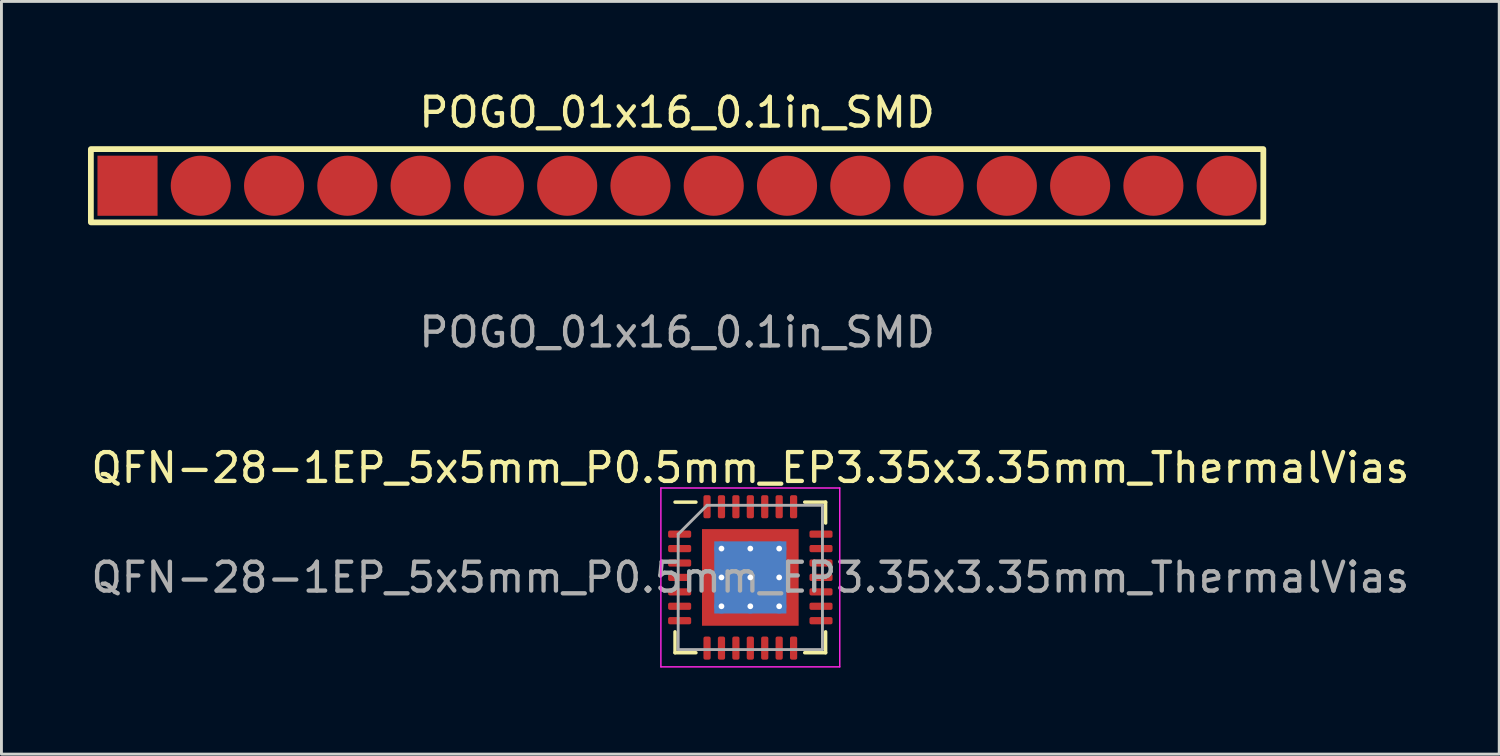
<source format=kicad_pcb>
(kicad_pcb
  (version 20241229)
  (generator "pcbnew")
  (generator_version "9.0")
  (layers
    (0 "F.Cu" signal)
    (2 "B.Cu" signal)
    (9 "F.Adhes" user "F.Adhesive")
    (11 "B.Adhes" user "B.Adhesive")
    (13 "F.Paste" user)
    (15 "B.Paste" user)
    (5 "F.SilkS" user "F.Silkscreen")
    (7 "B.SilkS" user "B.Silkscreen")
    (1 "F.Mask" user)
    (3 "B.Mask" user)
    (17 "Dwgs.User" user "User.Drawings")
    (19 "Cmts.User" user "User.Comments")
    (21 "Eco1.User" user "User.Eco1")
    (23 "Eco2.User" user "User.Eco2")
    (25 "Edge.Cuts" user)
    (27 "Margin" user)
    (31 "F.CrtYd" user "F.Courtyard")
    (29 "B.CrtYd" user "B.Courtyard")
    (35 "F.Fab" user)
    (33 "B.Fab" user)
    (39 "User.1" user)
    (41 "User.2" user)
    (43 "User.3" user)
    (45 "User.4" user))
  (footprint "QFN-28-1EP_5x5mm_P0.5mm_EP3.35x3.35mm_ThermalVias"
    (layer "F.Cu")
    (at 22.958 16.965)
    (property "Reference" "QFN-28-1EP_5x5mm_P0.5mm_EP3.35x3.35mm_ThermalVias" (at 0 -3.8 0) (layer "F.SilkS") (effects (font (size 1 1) (thickness 0.15))))
    (attr smd)
    (fp_line (start -2.61 2.61) (end -2.61 1.885) (stroke (width 0.12) (type solid)) (layer "F.SilkS"))
    (fp_line (start -1.885 -2.61) (end -2.61 -2.61) (stroke (width 0.12) (type solid)) (layer "F.SilkS"))
    (fp_line (start -1.885 2.61) (end -2.61 2.61) (stroke (width 0.12) (type solid)) (layer "F.SilkS"))
    (fp_line (start 1.885 -2.61) (end 2.61 -2.61) (stroke (width 0.12) (type solid)) (layer "F.SilkS"))
    (fp_line (start 1.885 2.61) (end 2.61 2.61) (stroke (width 0.12) (type solid)) (layer "F.SilkS"))
    (fp_line (start 2.61 -2.61) (end 2.61 -1.885) (stroke (width 0.12) (type solid)) (layer "F.SilkS"))
    (fp_line (start 2.61 2.61) (end 2.61 1.885) (stroke (width 0.12) (type solid)) (layer "F.SilkS"))
    (fp_line (start -3.1 -3.1) (end -3.1 3.1) (stroke (width 0.05) (type solid)) (layer "F.CrtYd"))
    (fp_line (start -3.1 3.1) (end 3.1 3.1) (stroke (width 0.05) (type solid)) (layer "F.CrtYd"))
    (fp_line (start 3.1 -3.1) (end -3.1 -3.1) (stroke (width 0.05) (type solid)) (layer "F.CrtYd"))
    (fp_line (start 3.1 3.1) (end 3.1 -3.1) (stroke (width 0.05) (type solid)) (layer "F.CrtYd"))
    (fp_line (start -2.5 -1.5) (end -1.5 -2.5) (stroke (width 0.1) (type solid)) (layer "F.Fab"))
    (fp_line (start -2.5 2.5) (end -2.5 -1.5) (stroke (width 0.1) (type solid)) (layer "F.Fab"))
    (fp_line (start -1.5 -2.5) (end 2.5 -2.5) (stroke (width 0.1) (type solid)) (layer "F.Fab"))
    (fp_line (start 2.5 -2.5) (end 2.5 2.5) (stroke (width 0.1) (type solid)) (layer "F.Fab"))
    (fp_line (start 2.5 2.5) (end -2.5 2.5) (stroke (width 0.1) (type solid)) (layer "F.Fab"))
    (fp_text user "${REFERENCE}" (at 0 0 0) (layer "F.Fab") (effects (font (size 1 1) (thickness 0.15))))
    (pad "" smd custom (at -1.337 -1.337) (size 0.437 0.437) (layers "F.Paste") (options (anchor circle)) (primitives (gr_poly (pts (xy -0.165 -0.165) (xy 0.165 -0.165) (xy 0.165 0.076) (xy 0.076 0.165) (xy -0.165 0.165)) (width 0.215) (fill yes))))
    (pad "" smd custom (at -1.337 -0.5) (size 0.459 0.459) (layers "F.Paste") (options (anchor circle)) (primitives (gr_poly (pts (xy -0.187 -0.318) (xy 0.116 -0.318) (xy 0.187 -0.247) (xy 0.187 0.247) (xy 0.116 0.318) (xy -0.187 0.318)) (width 0.17) (fill yes))))
    (pad "" smd custom (at -1.337 0.5) (size 0.459 0.459) (layers "F.Paste") (options (anchor circle)) (primitives (gr_poly (pts (xy -0.187 -0.318) (xy 0.116 -0.318) (xy 0.187 -0.247) (xy 0.187 0.247) (xy 0.116 0.318) (xy -0.187 0.318)) (width 0.17) (fill yes))))
    (pad "" smd custom (at -1.337 1.337) (size 0.437 0.437) (layers "F.Paste") (options (anchor circle)) (primitives (gr_poly (pts (xy -0.165 -0.165) (xy 0.076 -0.165) (xy 0.165 -0.076) (xy 0.165 0.165) (xy -0.165 0.165)) (width 0.215) (fill yes))))
    (pad "" smd custom (at -0.5 -1.337) (size 0.459 0.459) (layers "F.Paste") (options (anchor circle)) (primitives (gr_poly (pts (xy -0.318 -0.187) (xy 0.318 -0.187) (xy 0.318 0.116) (xy 0.247 0.187) (xy -0.247 0.187) (xy -0.318 0.116)) (width 0.17) (fill yes))))
    (pad "" smd roundrect (at -0.5 -0.5) (size 0.806 0.806) (layers "F.Paste") (roundrect_rratio 0.25))
    (pad "" smd roundrect (at -0.5 0.5) (size 0.806 0.806) (layers "F.Paste") (roundrect_rratio 0.25))
    (pad "" smd custom (at -0.5 1.337) (size 0.459 0.459) (layers "F.Paste") (options (anchor circle)) (primitives (gr_poly (pts (xy -0.318 -0.116) (xy -0.247 -0.187) (xy 0.247 -0.187) (xy 0.318 -0.116) (xy 0.318 0.187) (xy -0.318 0.187)) (width 0.17) (fill yes))))
    (pad "" smd custom (at 0.5 -1.337) (size 0.459 0.459) (layers "F.Paste") (options (anchor circle)) (primitives (gr_poly (pts (xy -0.318 -0.187) (xy 0.318 -0.187) (xy 0.318 0.116) (xy 0.247 0.187) (xy -0.247 0.187) (xy -0.318 0.116)) (width 0.17) (fill yes))))
    (pad "" smd roundrect (at 0.5 -0.5) (size 0.806 0.806) (layers "F.Paste") (roundrect_rratio 0.25))
    (pad "" smd roundrect (at 0.5 0.5) (size 0.806 0.806) (layers "F.Paste") (roundrect_rratio 0.25))
    (pad "" smd custom (at 0.5 1.337) (size 0.459 0.459) (layers "F.Paste") (options (anchor circle)) (primitives (gr_poly (pts (xy -0.318 -0.116) (xy -0.247 -0.187) (xy 0.247 -0.187) (xy 0.318 -0.116) (xy 0.318 0.187) (xy -0.318 0.187)) (width 0.17) (fill yes))))
    (pad "" smd custom (at 1.337 -1.337) (size 0.437 0.437) (layers "F.Paste") (options (anchor circle)) (primitives (gr_poly (pts (xy -0.165 -0.165) (xy 0.165 -0.165) (xy 0.165 0.165) (xy -0.076 0.165) (xy -0.165 0.076)) (width 0.215) (fill yes))))
    (pad "" smd custom (at 1.337 -0.5) (size 0.459 0.459) (layers "F.Paste") (options (anchor circle)) (primitives (gr_poly (pts (xy -0.187 -0.247) (xy -0.116 -0.318) (xy 0.187 -0.318) (xy 0.187 0.318) (xy -0.116 0.318) (xy -0.187 0.247)) (width 0.17) (fill yes))))
    (pad "" smd custom (at 1.337 0.5) (size 0.459 0.459) (layers "F.Paste") (options (anchor circle)) (primitives (gr_poly (pts (xy -0.187 -0.247) (xy -0.116 -0.318) (xy 0.187 -0.318) (xy 0.187 0.318) (xy -0.116 0.318) (xy -0.187 0.247)) (width 0.17) (fill yes))))
    (pad "" smd custom (at 1.337 1.337) (size 0.437 0.437) (layers "F.Paste") (options (anchor circle)) (primitives (gr_poly (pts (xy -0.165 -0.076) (xy -0.076 -0.165) (xy 0.165 -0.165) (xy 0.165 0.165) (xy -0.165 0.165)) (width 0.215) (fill yes))))
    (pad "1" smd roundrect (at -2.45 -1.5) (size 0.8 0.25) (layers "F.Cu" "F.Mask" "F.Paste") (roundrect_rratio 0.25))
    (pad "2" smd roundrect (at -2.45 -1) (size 0.8 0.25) (layers "F.Cu" "F.Mask" "F.Paste") (roundrect_rratio 0.25))
    (pad "3" smd roundrect (at -2.45 -0.5) (size 0.8 0.25) (layers "F.Cu" "F.Mask" "F.Paste") (roundrect_rratio 0.25))
    (pad "4" smd roundrect (at -2.45 0) (size 0.8 0.25) (layers "F.Cu" "F.Mask" "F.Paste") (roundrect_rratio 0.25))
    (pad "5" smd roundrect (at -2.45 0.5) (size 0.8 0.25) (layers "F.Cu" "F.Mask" "F.Paste") (roundrect_rratio 0.25))
    (pad "6" smd roundrect (at -2.45 1) (size 0.8 0.25) (layers "F.Cu" "F.Mask" "F.Paste") (roundrect_rratio 0.25))
    (pad "7" smd roundrect (at -2.45 1.5) (size 0.8 0.25) (layers "F.Cu" "F.Mask" "F.Paste") (roundrect_rratio 0.25))
    (pad "8" smd roundrect (at -1.5 2.45) (size 0.25 0.8) (layers "F.Cu" "F.Mask" "F.Paste") (roundrect_rratio 0.25))
    (pad "9" smd roundrect (at -1 2.45) (size 0.25 0.8) (layers "F.Cu" "F.Mask" "F.Paste") (roundrect_rratio 0.25))
    (pad "10" smd roundrect (at -0.5 2.45) (size 0.25 0.8) (layers "F.Cu" "F.Mask" "F.Paste") (roundrect_rratio 0.25))
    (pad "11" smd roundrect (at 0 2.45) (size 0.25 0.8) (layers "F.Cu" "F.Mask" "F.Paste") (roundrect_rratio 0.25))
    (pad "12" smd roundrect (at 0.5 2.45) (size 0.25 0.8) (layers "F.Cu" "F.Mask" "F.Paste") (roundrect_rratio 0.25))
    (pad "13" smd roundrect (at 1 2.45) (size 0.25 0.8) (layers "F.Cu" "F.Mask" "F.Paste") (roundrect_rratio 0.25))
    (pad "14" smd roundrect (at 1.5 2.45) (size 0.25 0.8) (layers "F.Cu" "F.Mask" "F.Paste") (roundrect_rratio 0.25))
    (pad "15" smd roundrect (at 2.45 1.5) (size 0.8 0.25) (layers "F.Cu" "F.Mask" "F.Paste") (roundrect_rratio 0.25))
    (pad "16" smd roundrect (at 2.45 1) (size 0.8 0.25) (layers "F.Cu" "F.Mask" "F.Paste") (roundrect_rratio 0.25))
    (pad "17" smd roundrect (at 2.45 0.5) (size 0.8 0.25) (layers "F.Cu" "F.Mask" "F.Paste") (roundrect_rratio 0.25))
    (pad "18" smd roundrect (at 2.45 0) (size 0.8 0.25) (layers "F.Cu" "F.Mask" "F.Paste") (roundrect_rratio 0.25))
    (pad "19" smd roundrect (at 2.45 -0.5) (size 0.8 0.25) (layers "F.Cu" "F.Mask" "F.Paste") (roundrect_rratio 0.25))
    (pad "20" smd roundrect (at 2.45 -1) (size 0.8 0.25) (layers "F.Cu" "F.Mask" "F.Paste") (roundrect_rratio 0.25))
    (pad "21" smd roundrect (at 2.45 -1.5) (size 0.8 0.25) (layers "F.Cu" "F.Mask" "F.Paste") (roundrect_rratio 0.25))
    (pad "22" smd roundrect (at 1.5 -2.45) (size 0.25 0.8) (layers "F.Cu" "F.Mask" "F.Paste") (roundrect_rratio 0.25))
    (pad "23" smd roundrect (at 1 -2.45) (size 0.25 0.8) (layers "F.Cu" "F.Mask" "F.Paste") (roundrect_rratio 0.25))
    (pad "24" smd roundrect (at 0.5 -2.45) (size 0.25 0.8) (layers "F.Cu" "F.Mask" "F.Paste") (roundrect_rratio 0.25))
    (pad "25" smd roundrect (at 0 -2.45) (size 0.25 0.8) (layers "F.Cu" "F.Mask" "F.Paste") (roundrect_rratio 0.25))
    (pad "26" smd roundrect (at -0.5 -2.45) (size 0.25 0.8) (layers "F.Cu" "F.Mask" "F.Paste") (roundrect_rratio 0.25))
    (pad "27" smd roundrect (at -1 -2.45) (size 0.25 0.8) (layers "F.Cu" "F.Mask" "F.Paste") (roundrect_rratio 0.25))
    (pad "28" smd roundrect (at -1.5 -2.45) (size 0.25 0.8) (layers "F.Cu" "F.Mask" "F.Paste") (roundrect_rratio 0.25))
    (pad "29" thru_hole circle (at -1 -1) (size 0.5 0.5) (drill 0.2) (layers "*.Cu"))
    (pad "29" thru_hole circle (at -1 0) (size 0.5 0.5) (drill 0.2) (layers "*.Cu"))
    (pad "29" thru_hole circle (at -1 1) (size 0.5 0.5) (drill 0.2) (layers "*.Cu"))
    (pad "29" thru_hole circle (at 0 -1) (size 0.5 0.5) (drill 0.2) (layers "*.Cu"))
    (pad "29" thru_hole circle (at 0 0) (size 0.5 0.5) (drill 0.2) (layers "*.Cu"))
    (pad "29" smd rect (at 0 0) (size 2.5 2.5) (layers "B.Cu"))
    (pad "29" smd rect (at 0 0) (size 3.35 3.35) (layers "F.Cu" "F.Mask"))
    (pad "29" thru_hole circle (at 0 1) (size 0.5 0.5) (drill 0.2) (layers "*.Cu"))
    (pad "29" thru_hole circle (at 1 -1) (size 0.5 0.5) (drill 0.2) (layers "*.Cu"))
    (pad "29" thru_hole circle (at 1 0) (size 0.5 0.5) (drill 0.2) (layers "*.Cu"))
    (pad "29" thru_hole circle (at 1 1) (size 0.5 0.5) (drill 0.2) (layers "*.Cu")))
  (footprint "POGO_01x16_0.1in_SMD"
    (layer "F.Cu")
    (at 20.42 3.388)
    (property "Reference" "POGO_01x16_0.1in_SMD" (at 0 -2.54 0) (unlocked yes) (layer "F.SilkS") (effects (font (size 1 1) (thickness 0.15))))
    (attr smd)
    (fp_rect (start -20.32 -1.27) (end 20.32 1.27) (stroke (width 0.2) (type solid)) (fill no) (layer "F.SilkS"))
    (fp_text user "${REFERENCE}" (at 0 5.08 0) (unlocked yes) (layer "F.Fab") (effects (font (size 1 1) (thickness 0.15))))
    (pad "1" smd rect (at -19.05 0) (size 2.083 2.083) (layers "F.Cu" "F.Mask" "F.Paste"))
    (pad "2" smd circle (at -16.51 0) (size 2.083 2.083) (layers "F.Cu" "F.Mask" "F.Paste"))
    (pad "3" smd circle (at -13.97 0) (size 2.083 2.083) (layers "F.Cu" "F.Mask" "F.Paste"))
    (pad "4" smd circle (at -11.43 0) (size 2.083 2.083) (layers "F.Cu" "F.Mask" "F.Paste"))
    (pad "5" smd circle (at -8.89 0) (size 2.083 2.083) (layers "F.Cu" "F.Mask" "F.Paste"))
    (pad "6" smd circle (at -6.35 0) (size 2.083 2.083) (layers "F.Cu" "F.Mask" "F.Paste"))
    (pad "7" smd circle (at -3.81 0) (size 2.083 2.083) (layers "F.Cu" "F.Mask" "F.Paste"))
    (pad "8" smd circle (at -1.27 0) (size 2.083 2.083) (layers "F.Cu" "F.Mask" "F.Paste"))
    (pad "9" smd circle (at 1.27 0) (size 2.083 2.083) (layers "F.Cu" "F.Mask" "F.Paste"))
    (pad "10" smd circle (at 3.81 0) (size 2.083 2.083) (layers "F.Cu" "F.Mask" "F.Paste"))
    (pad "11" smd circle (at 6.35 0) (size 2.083 2.083) (layers "F.Cu" "F.Mask" "F.Paste"))
    (pad "12" smd circle (at 8.89 0) (size 2.083 2.083) (layers "F.Cu" "F.Mask" "F.Paste"))
    (pad "13" smd circle (at 11.43 0) (size 2.083 2.083) (layers "F.Cu" "F.Mask" "F.Paste"))
    (pad "14" smd circle (at 13.97 0) (size 2.083 2.083) (layers "F.Cu" "F.Mask" "F.Paste"))
    (pad "15" smd circle (at 16.51 0) (size 2.083 2.083) (layers "F.Cu" "F.Mask" "F.Paste"))
    (pad "16" smd circle (at 19.05 0) (size 2.083 2.083) (layers "F.Cu" "F.Mask" "F.Paste")))
  (gr_rect
    (start -3 -3)
    (end 48.917 23.09)
    (stroke (width 0.1) (type default))
    (fill no)
    (layer "Edge.Cuts")))
</source>
